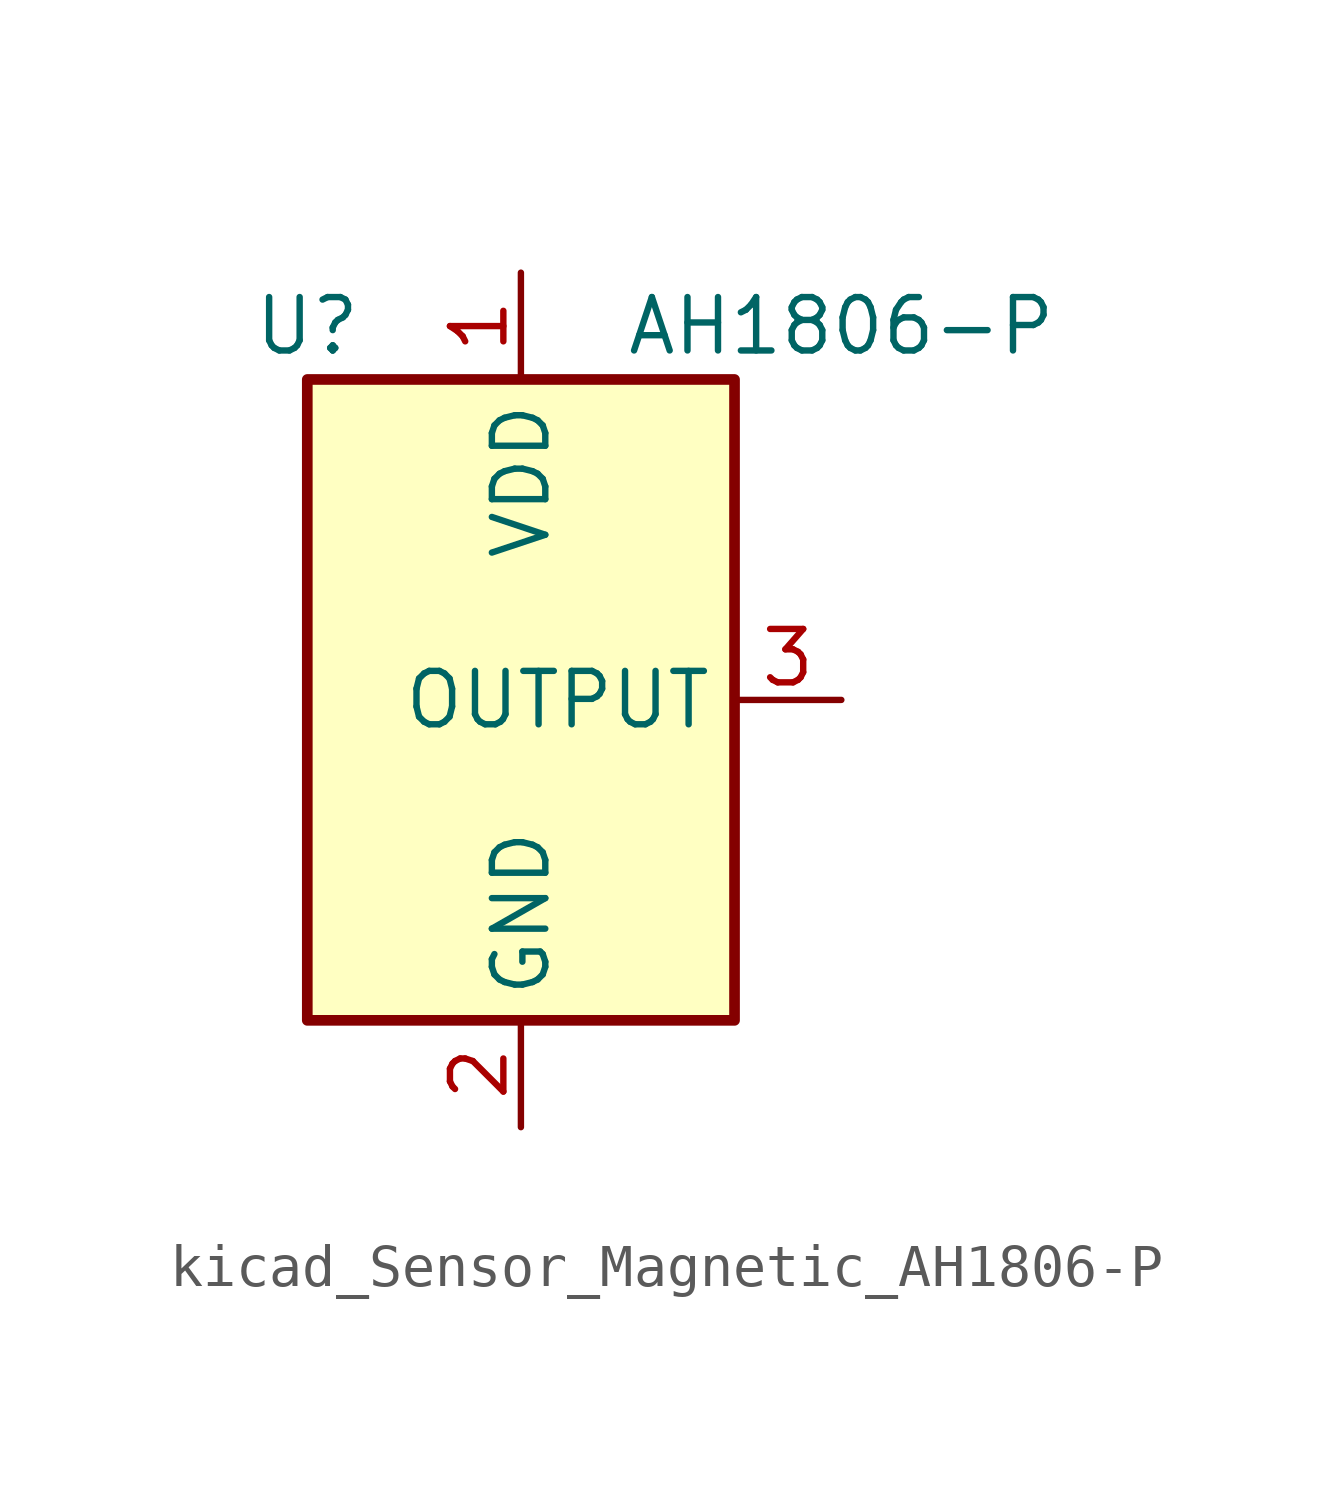
<source format=kicad_sym>
(kicad_symbol_lib
  (version 20220914)
  (generator kicad_symbol_editor)
  (symbol "kicad_Sensor_Magnetic_AH1806-P"
    (property "Reference" "U"
      (at -5.08 8.89 0)
      (effects (font (size 1.27 1.27))))
    (property "Value" "AH1806-P"
      (at 7.62 8.89 0)
      (effects (font (size 1.27 1.27))))
    (symbol "kicad_Sensor_Magnetic_AH1806-P_0_1"
      (rectangle (start 5.08 7.62) (end -5.08 -7.62) (stroke (width 0.254) (type default)) (fill (type background))))
    (symbol "kicad_Sensor_Magnetic_AH1806-P_1_1"
      (pin power_in line (at 0 10.16 270) (length 2.54) (name "VDD" (effects (font (size 1.27 1.27)))) (number "1" (effects (font (size 1.27 1.27)))))
      (pin power_in line (at 0 -10.16 90) (length 2.54) (name "GND" (effects (font (size 1.27 1.27)))) (number "2" (effects (font (size 1.27 1.27)))))
      (pin open_collector line (at 7.62 0 180) (length 2.54) (name "OUTPUT" (effects (font (size 1.27 1.27)))) (number "3" (effects (font (size 1.27 1.27))))))))
</source>
